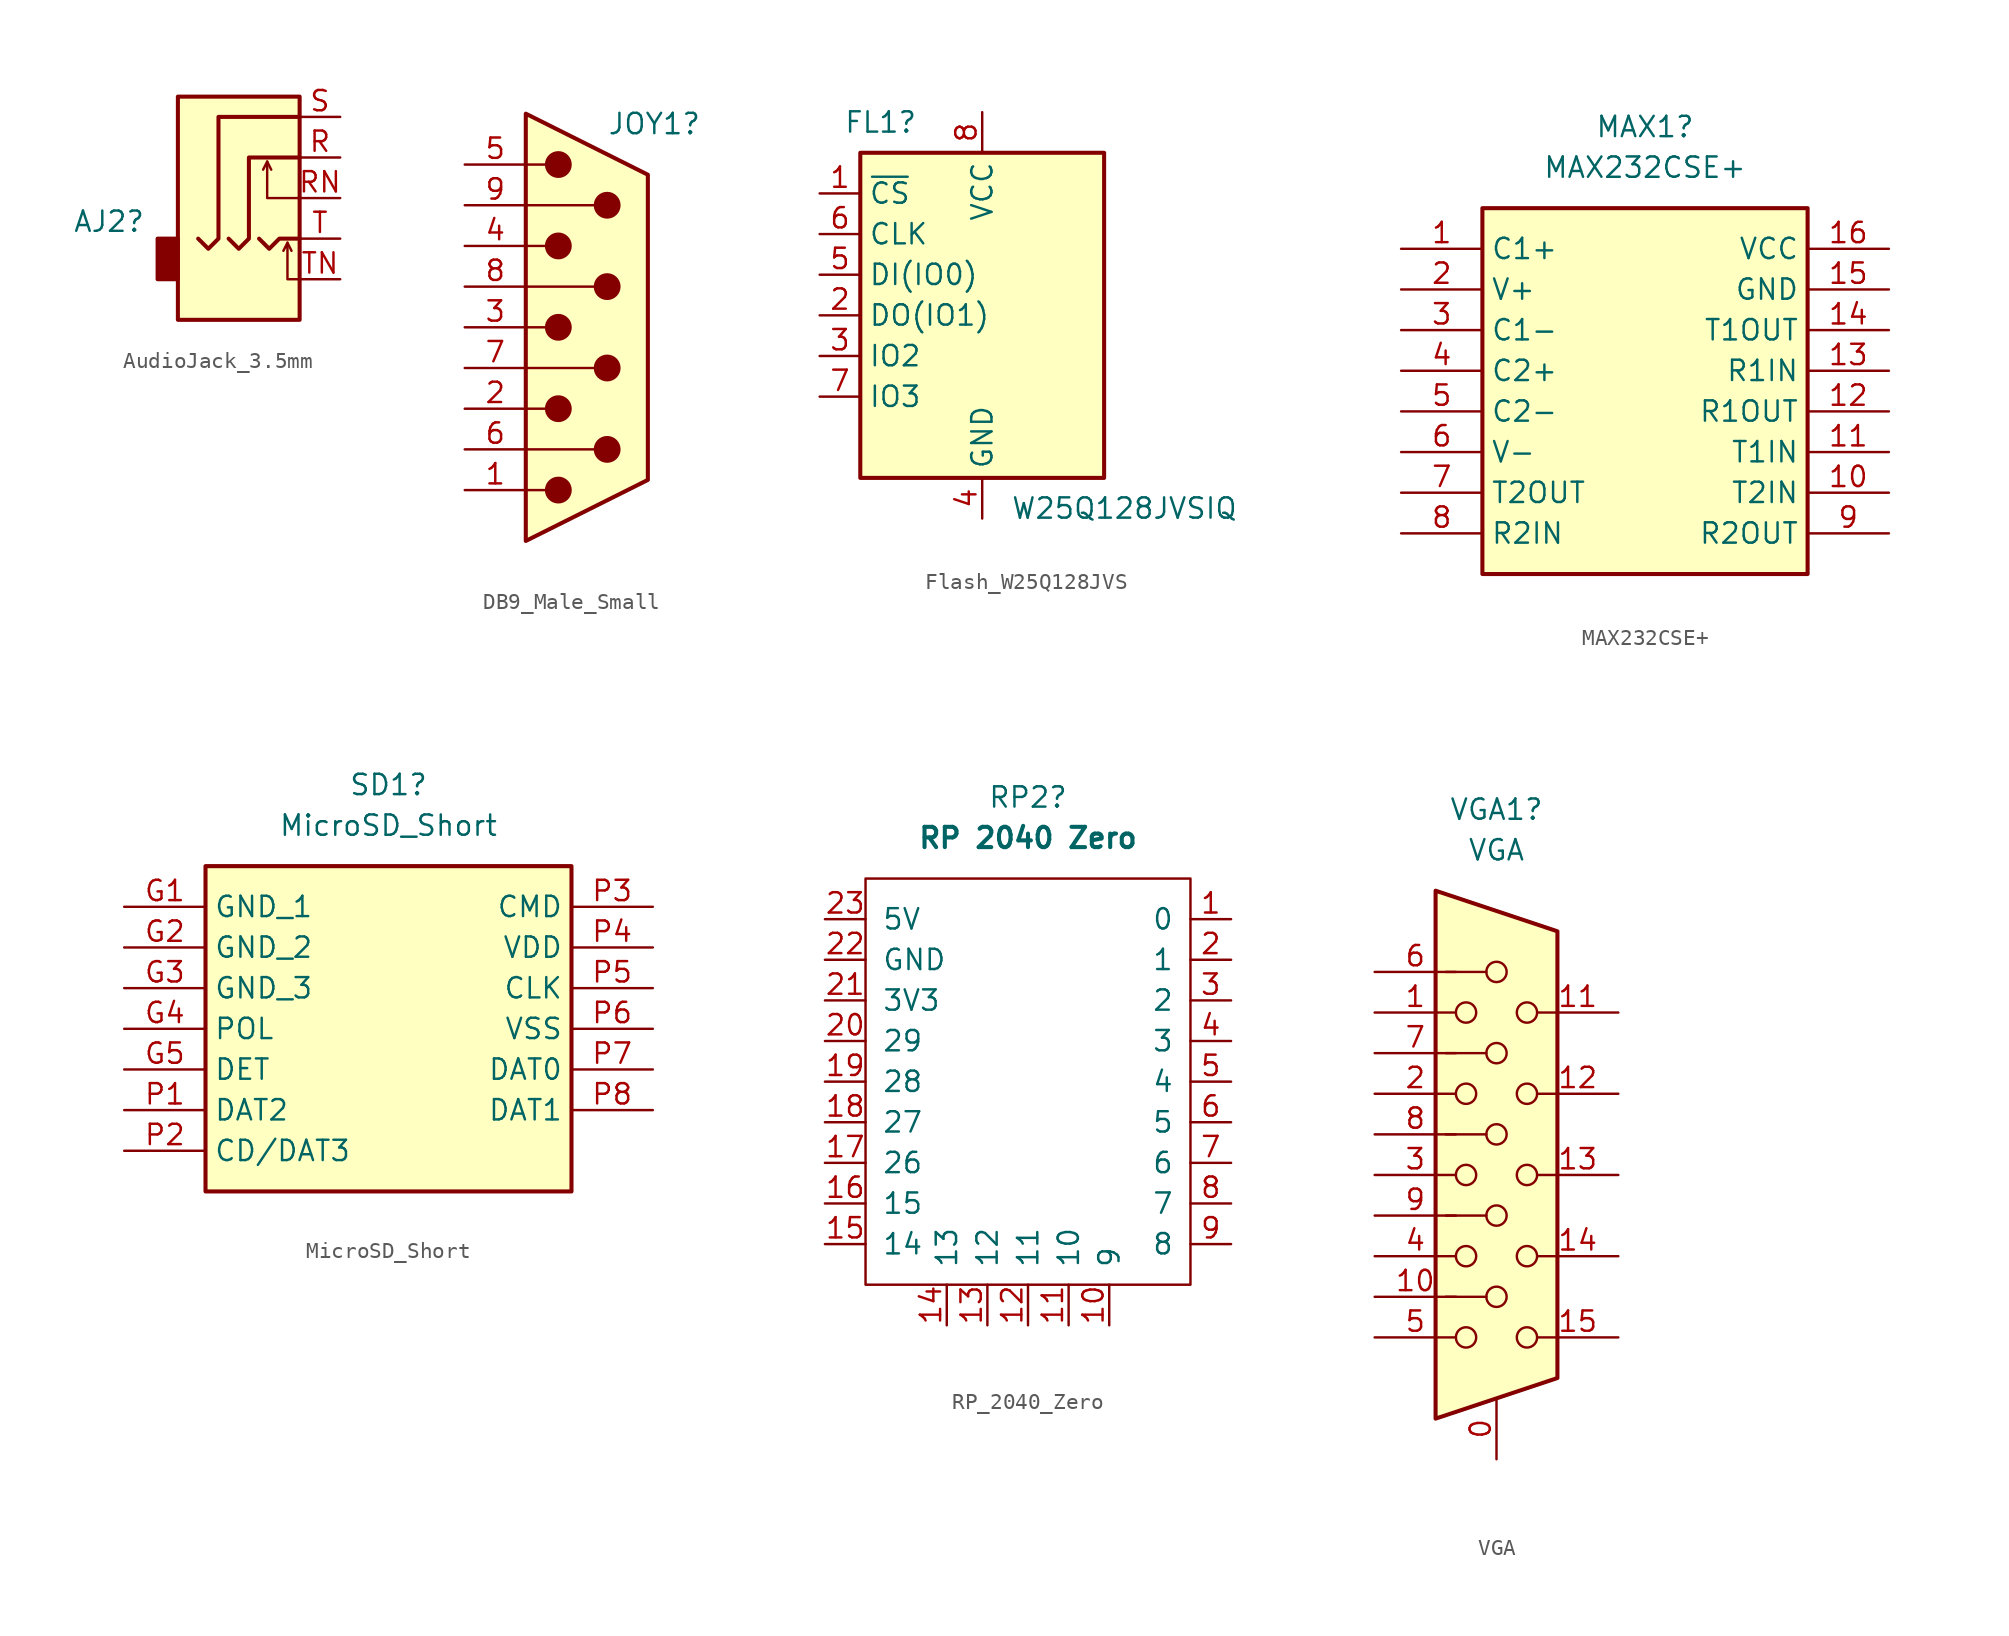
<source format=kicad_sym>
(kicad_symbol_lib
  (version 20231120)
  (generator "kicad_symbol_editor")
  (generator_version "8.0")
  (symbol "AudioJack_3.5mm"
    (property "Reference" "AJ2"
      (at -7.112 -4.01 0)
      (effects (font (size 1.27 1.27)) (justify right)))
    (symbol "AudioJack_3.5mm_0_1"
      (rectangle (start -5.08 -5.08) (end -6.35 -7.62) (stroke (width 0.254) (type default)) (fill (type outline)))
      (polyline (pts (xy 0.508 -0.254) (xy 0.762 -0.762)) (stroke (width 0) (type default)) (fill (type none)))
      (polyline (pts (xy 1.778 -5.334) (xy 2.032 -5.842)) (stroke (width 0) (type default)) (fill (type none)))
      (polyline (pts (xy 0 -5.08) (xy 0.635 -5.715) (xy 1.27 -5.08) (xy 2.54 -5.08)) (stroke (width 0.254) (type default)) (fill (type none)))
      (polyline (pts (xy 2.54 -7.62) (xy 1.778 -7.62) (xy 1.778 -5.334) (xy 1.524 -5.842)) (stroke (width 0) (type default)) (fill (type none)))
      (polyline (pts (xy 2.54 -2.54) (xy 0.508 -2.54) (xy 0.508 -0.254) (xy 0.254 -0.762)) (stroke (width 0) (type default)) (fill (type none)))
      (polyline (pts (xy -1.905 -5.08) (xy -1.27 -5.715) (xy -0.635 -5.08) (xy -0.635 0) (xy 2.54 0)) (stroke (width 0.254) (type default)) (fill (type none)))
      (polyline (pts (xy 2.54 2.54) (xy -2.54 2.54) (xy -2.54 -5.08) (xy -3.175 -5.715) (xy -3.81 -5.08)) (stroke (width 0.254) (type default)) (fill (type none)))
      (rectangle (start 2.54 3.81) (end -5.08 -10.16) (stroke (width 0.254) (type default)) (fill (type background))))
    (symbol "AudioJack_3.5mm_1_1"
      (pin passive line (at 5.08 0 180) (length 2.54) (name "~" (effects (font (size 1.27 1.27)))) (number "R" (effects (font (size 1.27 1.27)))))
      (pin passive line (at 5.08 -2.54 180) (length 2.54) (name "~" (effects (font (size 1.27 1.27)))) (number "RN" (effects (font (size 1.27 1.27)))))
      (pin passive line (at 5.08 2.54 180) (length 2.54) (name "~" (effects (font (size 1.27 1.27)))) (number "S" (effects (font (size 1.27 1.27)))))
      (pin passive line (at 5.08 -5.08 180) (length 2.54) (name "~" (effects (font (size 1.27 1.27)))) (number "T" (effects (font (size 1.27 1.27)))))
      (pin passive line (at 5.08 -7.62 180) (length 2.54) (name "~" (effects (font (size 1.27 1.27)))) (number "TN" (effects (font (size 1.27 1.27)))))))
  (symbol "DB9_Male_Small"
    (pin_names
      (offset 1.016) hide)
    (property "Reference" "JOY1"
      (at 1.27 12.7 0)
      (effects (font (size 1.27 1.27)) (justify left)))
    (symbol "DB9_Male_Small_0_1"
      (circle (center -1.778 -10.16) (radius 0.762) (stroke (width 0) (type default)) (fill (type outline)))
      (circle (center -1.778 -5.08) (radius 0.762) (stroke (width 0) (type default)) (fill (type outline)))
      (circle (center -1.778 0) (radius 0.762) (stroke (width 0) (type default)) (fill (type outline)))
      (circle (center -1.778 5.08) (radius 0.762) (stroke (width 0) (type default)) (fill (type outline)))
      (circle (center -1.778 10.16) (radius 0.762) (stroke (width 0) (type default)) (fill (type outline)))
      (polyline (pts (xy -3.81 -10.16) (xy -2.54 -10.16)) (stroke (width 0) (type default)) (fill (type none)))
      (polyline (pts (xy -3.81 -7.62) (xy 0.508 -7.62)) (stroke (width 0) (type default)) (fill (type none)))
      (polyline (pts (xy -3.81 -5.08) (xy -2.54 -5.08)) (stroke (width 0) (type default)) (fill (type none)))
      (polyline (pts (xy -3.81 -2.54) (xy 0.508 -2.54)) (stroke (width 0) (type default)) (fill (type none)))
      (polyline (pts (xy -3.81 0) (xy -2.54 0)) (stroke (width 0) (type default)) (fill (type none)))
      (polyline (pts (xy -3.81 2.54) (xy 0.508 2.54)) (stroke (width 0) (type default)) (fill (type none)))
      (polyline (pts (xy -3.81 5.08) (xy -2.54 5.08)) (stroke (width 0) (type default)) (fill (type none)))
      (polyline (pts (xy -3.81 7.62) (xy 0.508 7.62)) (stroke (width 0) (type default)) (fill (type none)))
      (polyline (pts (xy -3.81 10.16) (xy -2.54 10.16)) (stroke (width 0) (type default)) (fill (type none)))
      (polyline (pts (xy -3.81 -13.335) (xy -3.81 13.335) (xy 3.81 9.525) (xy 3.81 -9.525) (xy -3.81 -13.335)) (stroke (width 0.254) (type default)) (fill (type background)))
      (circle (center 1.27 -7.62) (radius 0.762) (stroke (width 0) (type default)) (fill (type outline)))
      (circle (center 1.27 -2.54) (radius 0.762) (stroke (width 0) (type default)) (fill (type outline)))
      (circle (center 1.27 2.54) (radius 0.762) (stroke (width 0) (type default)) (fill (type outline)))
      (circle (center 1.27 7.62) (radius 0.762) (stroke (width 0) (type default)) (fill (type outline))))
    (symbol "DB9_Male_Small_1_1"
      (pin passive line (at -7.62 -10.16 0) (length 3.81) (name "1" (effects (font (size 1.27 1.27)))) (number "1" (effects (font (size 1.27 1.27)))))
      (pin passive line (at -7.62 -5.08 0) (length 3.81) (name "2" (effects (font (size 1.27 1.27)))) (number "2" (effects (font (size 1.27 1.27)))))
      (pin passive line (at -7.62 0 0) (length 3.81) (name "3" (effects (font (size 1.27 1.27)))) (number "3" (effects (font (size 1.27 1.27)))))
      (pin passive line (at -7.62 5.08 0) (length 3.81) (name "4" (effects (font (size 1.27 1.27)))) (number "4" (effects (font (size 1.27 1.27)))))
      (pin passive line (at -7.62 10.16 0) (length 3.81) (name "5" (effects (font (size 1.27 1.27)))) (number "5" (effects (font (size 1.27 1.27)))))
      (pin passive line (at -7.62 -7.62 0) (length 3.81) (name "6" (effects (font (size 1.27 1.27)))) (number "6" (effects (font (size 1.27 1.27)))))
      (pin passive line (at -7.62 -2.54 0) (length 3.81) (name "7" (effects (font (size 1.27 1.27)))) (number "7" (effects (font (size 1.27 1.27)))))
      (pin passive line (at -7.62 2.54 0) (length 3.81) (name "8" (effects (font (size 1.27 1.27)))) (number "8" (effects (font (size 1.27 1.27)))))
      (pin passive line (at -7.62 7.62 0) (length 3.81) (name "9" (effects (font (size 1.27 1.27)))) (number "9" (effects (font (size 1.27 1.27)))))))
  (symbol "Flash_W25Q128JVS"
    (property "Reference" "FL1"
      (at -6.35 12.065 0)
      (effects (font (size 1.27 1.27))))
    (property "Value" "W25Q128JVSIQ"
      (at 8.89 -12.065 0)
      (effects (font (size 1.27 1.27))))
    (symbol "Flash_W25Q128JVS_0_1"
      (rectangle (start -7.62 10.16) (end 7.62 -10.16) (stroke (width 0.254) (type default)) (fill (type background))))
    (symbol "Flash_W25Q128JVS_1_1"
      (pin input line (at -10.16 7.62 0) (length 2.54) (name "~{CS}" (effects (font (size 1.27 1.27)))) (number "1" (effects (font (size 1.27 1.27)))))
      (pin bidirectional line (at -10.16 0 0) (length 2.54) (name "DO(IO1)" (effects (font (size 1.27 1.27)))) (number "2" (effects (font (size 1.27 1.27)))))
      (pin bidirectional line (at -10.16 -2.54 0) (length 2.54) (name "IO2" (effects (font (size 1.27 1.27)))) (number "3" (effects (font (size 1.27 1.27)))))
      (pin power_in line (at 0 -12.7 90) (length 2.54) (name "GND" (effects (font (size 1.27 1.27)))) (number "4" (effects (font (size 1.27 1.27)))))
      (pin bidirectional line (at -10.16 2.54 0) (length 2.54) (name "DI(IO0)" (effects (font (size 1.27 1.27)))) (number "5" (effects (font (size 1.27 1.27)))))
      (pin input line (at -10.16 5.08 0) (length 2.54) (name "CLK" (effects (font (size 1.27 1.27)))) (number "6" (effects (font (size 1.27 1.27)))))
      (pin bidirectional line (at -10.16 -5.08 0) (length 2.54) (name "IO3" (effects (font (size 1.27 1.27)))) (number "7" (effects (font (size 1.27 1.27)))))
      (pin power_in line (at 0 12.7 270) (length 2.54) (name "VCC" (effects (font (size 1.27 1.27)))) (number "8" (effects (font (size 1.27 1.27)))))))
  (symbol "MAX232CSE+"
    (property "Reference" "MAX1"
      (at 15.24 7.62 0)
      (effects (font (size 1.27 1.27))))
    (property "Value" "MAX232CSE+"
      (at 15.24 5.08 0)
      (effects (font (size 1.27 1.27))))
    (symbol "MAX232CSE+_1_1"
      (rectangle (start 5.08 2.54) (end 25.4 -20.32) (stroke (width 0.254) (type default)) (fill (type background)))
      (pin passive line (at 0 0 0) (length 5.08) (name "C1+" (effects (font (size 1.27 1.27)))) (number "1" (effects (font (size 1.27 1.27)))))
      (pin passive line (at 30.48 -15.24 180) (length 5.08) (name "T2IN" (effects (font (size 1.27 1.27)))) (number "10" (effects (font (size 1.27 1.27)))))
      (pin passive line (at 30.48 -12.7 180) (length 5.08) (name "T1IN" (effects (font (size 1.27 1.27)))) (number "11" (effects (font (size 1.27 1.27)))))
      (pin passive line (at 30.48 -10.16 180) (length 5.08) (name "R1OUT" (effects (font (size 1.27 1.27)))) (number "12" (effects (font (size 1.27 1.27)))))
      (pin passive line (at 30.48 -7.62 180) (length 5.08) (name "R1IN" (effects (font (size 1.27 1.27)))) (number "13" (effects (font (size 1.27 1.27)))))
      (pin passive line (at 30.48 -5.08 180) (length 5.08) (name "T1OUT" (effects (font (size 1.27 1.27)))) (number "14" (effects (font (size 1.27 1.27)))))
      (pin passive line (at 30.48 -2.54 180) (length 5.08) (name "GND" (effects (font (size 1.27 1.27)))) (number "15" (effects (font (size 1.27 1.27)))))
      (pin passive line (at 30.48 0 180) (length 5.08) (name "VCC" (effects (font (size 1.27 1.27)))) (number "16" (effects (font (size 1.27 1.27)))))
      (pin passive line (at 0 -2.54 0) (length 5.08) (name "V+" (effects (font (size 1.27 1.27)))) (number "2" (effects (font (size 1.27 1.27)))))
      (pin passive line (at 0 -5.08 0) (length 5.08) (name "C1-" (effects (font (size 1.27 1.27)))) (number "3" (effects (font (size 1.27 1.27)))))
      (pin passive line (at 0 -7.62 0) (length 5.08) (name "C2+" (effects (font (size 1.27 1.27)))) (number "4" (effects (font (size 1.27 1.27)))))
      (pin passive line (at 0 -10.16 0) (length 5.08) (name "C2-" (effects (font (size 1.27 1.27)))) (number "5" (effects (font (size 1.27 1.27)))))
      (pin passive line (at 0 -12.7 0) (length 5.08) (name "V-" (effects (font (size 1.27 1.27)))) (number "6" (effects (font (size 1.27 1.27)))))
      (pin passive line (at 0 -15.24 0) (length 5.08) (name "T2OUT" (effects (font (size 1.27 1.27)))) (number "7" (effects (font (size 1.27 1.27)))))
      (pin passive line (at 0 -17.78 0) (length 5.08) (name "R2IN" (effects (font (size 1.27 1.27)))) (number "8" (effects (font (size 1.27 1.27)))))
      (pin passive line (at 30.48 -17.78 180) (length 5.08) (name "R2OUT" (effects (font (size 1.27 1.27)))) (number "9" (effects (font (size 1.27 1.27)))))))
  (symbol "MicroSD_Short"
    (property "Reference" "SD1"
      (at 16.51 7.62 0)
      (effects (font (size 1.27 1.27))))
    (property "Value" "MicroSD_Short"
      (at 16.51 5.08 0)
      (effects (font (size 1.27 1.27))))
    (symbol "MicroSD_Short_1_1"
      (rectangle (start 5.08 2.54) (end 27.94 -17.78) (stroke (width 0.254) (type default)) (fill (type background)))
      (pin passive line (at 0 0 0) (length 5.08) (name "GND_1" (effects (font (size 1.27 1.27)))) (number "G1" (effects (font (size 1.27 1.27)))))
      (pin passive line (at 0 -2.54 0) (length 5.08) (name "GND_2" (effects (font (size 1.27 1.27)))) (number "G2" (effects (font (size 1.27 1.27)))))
      (pin passive line (at 0 -5.08 0) (length 5.08) (name "GND_3" (effects (font (size 1.27 1.27)))) (number "G3" (effects (font (size 1.27 1.27)))))
      (pin passive line (at 0 -7.62 0) (length 5.08) (name "POL" (effects (font (size 1.27 1.27)))) (number "G4" (effects (font (size 1.27 1.27)))))
      (pin passive line (at 0 -10.16 0) (length 5.08) (name "DET" (effects (font (size 1.27 1.27)))) (number "G5" (effects (font (size 1.27 1.27)))))
      (pin passive line (at 0 -12.7 0) (length 5.08) (name "DAT2" (effects (font (size 1.27 1.27)))) (number "P1" (effects (font (size 1.27 1.27)))))
      (pin passive line (at 0 -15.24 0) (length 5.08) (name "CD/DAT3" (effects (font (size 1.27 1.27)))) (number "P2" (effects (font (size 1.27 1.27)))))
      (pin passive line (at 33.02 0 180) (length 5.08) (name "CMD" (effects (font (size 1.27 1.27)))) (number "P3" (effects (font (size 1.27 1.27)))))
      (pin passive line (at 33.02 -2.54 180) (length 5.08) (name "VDD" (effects (font (size 1.27 1.27)))) (number "P4" (effects (font (size 1.27 1.27)))))
      (pin passive line (at 33.02 -5.08 180) (length 5.08) (name "CLK" (effects (font (size 1.27 1.27)))) (number "P5" (effects (font (size 1.27 1.27)))))
      (pin passive line (at 33.02 -7.62 180) (length 5.08) (name "VSS" (effects (font (size 1.27 1.27)))) (number "P6" (effects (font (size 1.27 1.27)))))
      (pin passive line (at 33.02 -10.16 180) (length 5.08) (name "DAT0" (effects (font (size 1.27 1.27)))) (number "P7" (effects (font (size 1.27 1.27)))))
      (pin passive line (at 33.02 -12.7 180) (length 5.08) (name "DAT1" (effects (font (size 1.27 1.27)))) (number "P8" (effects (font (size 1.27 1.27)))))))
  (symbol "RP_2040_Zero"
    (pin_names
      (offset 1.016))
    (property "Reference" "RP2"
      (at 0 16.51 0)
      (effects (font (size 1.27 1.27))))
    (property "Value" "RP 2040 Zero"
      (at 0 13.97 0)
      (effects (font (size 1.27 1.27) (bold yes))))
    (symbol "RP_2040_Zero_0_1"
      (rectangle (start -10.16 11.43) (end 10.16 -13.97) (stroke (width 0) (type default)) (fill (type none))))
    (symbol "RP_2040_Zero_1_1"
      (pin bidirectional line (at 12.7 8.89 180) (length 2.54) (name "0" (effects (font (size 1.27 1.27)))) (number "1" (effects (font (size 1.27 1.27)))))
      (pin bidirectional line (at 5.08 -16.51 90) (length 2.54) (name "9" (effects (font (size 1.27 1.27)))) (number "10" (effects (font (size 1.27 1.27)))))
      (pin bidirectional line (at 2.54 -16.51 90) (length 2.54) (name "10" (effects (font (size 1.27 1.27)))) (number "11" (effects (font (size 1.27 1.27)))))
      (pin bidirectional line (at 0 -16.51 90) (length 2.54) (name "11" (effects (font (size 1.27 1.27)))) (number "12" (effects (font (size 1.27 1.27)))))
      (pin bidirectional line (at -2.54 -16.51 90) (length 2.54) (name "12" (effects (font (size 1.27 1.27)))) (number "13" (effects (font (size 1.27 1.27)))))
      (pin bidirectional line (at -5.08 -16.51 90) (length 2.54) (name "13" (effects (font (size 1.27 1.27)))) (number "14" (effects (font (size 1.27 1.27)))))
      (pin bidirectional line (at -12.7 -11.43 0) (length 2.54) (name "14" (effects (font (size 1.27 1.27)))) (number "15" (effects (font (size 1.27 1.27)))))
      (pin bidirectional line (at -12.7 -8.89 0) (length 2.54) (name "15" (effects (font (size 1.27 1.27)))) (number "16" (effects (font (size 1.27 1.27)))))
      (pin bidirectional line (at -12.7 -6.35 0) (length 2.54) (name "26" (effects (font (size 1.27 1.27)))) (number "17" (effects (font (size 1.27 1.27)))))
      (pin bidirectional line (at -12.7 -3.81 0) (length 2.54) (name "27" (effects (font (size 1.27 1.27)))) (number "18" (effects (font (size 1.27 1.27)))))
      (pin bidirectional line (at -12.7 -1.27 0) (length 2.54) (name "28" (effects (font (size 1.27 1.27)))) (number "19" (effects (font (size 1.27 1.27)))))
      (pin bidirectional line (at 12.7 6.35 180) (length 2.54) (name "1" (effects (font (size 1.27 1.27)))) (number "2" (effects (font (size 1.27 1.27)))))
      (pin bidirectional line (at -12.7 1.27 0) (length 2.54) (name "29" (effects (font (size 1.27 1.27)))) (number "20" (effects (font (size 1.27 1.27)))))
      (pin power_out line (at -12.7 3.81 0) (length 2.54) (name "3V3" (effects (font (size 1.27 1.27)))) (number "21" (effects (font (size 1.27 1.27)))))
      (pin power_out line (at -12.7 6.35 0) (length 2.54) (name "GND" (effects (font (size 1.27 1.27)))) (number "22" (effects (font (size 1.27 1.27)))))
      (pin power_out line (at -12.7 8.89 0) (length 2.54) (name "5V" (effects (font (size 1.27 1.27)))) (number "23" (effects (font (size 1.27 1.27)))))
      (pin bidirectional line (at 12.7 3.81 180) (length 2.54) (name "2" (effects (font (size 1.27 1.27)))) (number "3" (effects (font (size 1.27 1.27)))))
      (pin bidirectional line (at 12.7 1.27 180) (length 2.54) (name "3" (effects (font (size 1.27 1.27)))) (number "4" (effects (font (size 1.27 1.27)))))
      (pin bidirectional line (at 12.7 -1.27 180) (length 2.54) (name "4" (effects (font (size 1.27 1.27)))) (number "5" (effects (font (size 1.27 1.27)))))
      (pin bidirectional line (at 12.7 -3.81 180) (length 2.54) (name "5" (effects (font (size 1.27 1.27)))) (number "6" (effects (font (size 1.27 1.27)))))
      (pin bidirectional line (at 12.7 -6.35 180) (length 2.54) (name "6" (effects (font (size 1.27 1.27)))) (number "7" (effects (font (size 1.27 1.27)))))
      (pin bidirectional line (at 12.7 -8.89 180) (length 2.54) (name "7" (effects (font (size 1.27 1.27)))) (number "8" (effects (font (size 1.27 1.27)))))
      (pin bidirectional line (at 12.7 -11.43 180) (length 2.54) (name "8" (effects (font (size 1.27 1.27)))) (number "9" (effects (font (size 1.27 1.27)))))))
  (symbol "VGA"
    (pin_names
      (offset 1.016) hide)
    (property "Reference" "VGA1"
      (at 0 22.86 0)
      (effects (font (size 1.27 1.27))))
    (property "Value" "VGA"
      (at 0 20.32 0)
      (effects (font (size 1.27 1.27))))
    (symbol "VGA_0_1"
      (circle (center -1.905 -10.16) (radius 0.635) (stroke (width 0) (type default)) (fill (type none)))
      (circle (center -1.905 -5.08) (radius 0.635) (stroke (width 0) (type default)) (fill (type none)))
      (circle (center -1.905 0) (radius 0.635) (stroke (width 0) (type default)) (fill (type none)))
      (circle (center -1.905 5.08) (radius 0.635) (stroke (width 0) (type default)) (fill (type none)))
      (circle (center -1.905 10.16) (radius 0.635) (stroke (width 0) (type default)) (fill (type none)))
      (circle (center 0 -7.62) (radius 0.635) (stroke (width 0) (type default)) (fill (type none)))
      (circle (center 0 -2.54) (radius 0.635) (stroke (width 0) (type default)) (fill (type none)))
      (polyline (pts (xy -3.175 7.62) (xy -0.635 7.62)) (stroke (width 0) (type default)) (fill (type none)))
      (polyline (pts (xy -0.635 -7.62) (xy -3.175 -7.62)) (stroke (width 0) (type default)) (fill (type none)))
      (polyline (pts (xy -0.635 -2.54) (xy -3.175 -2.54)) (stroke (width 0) (type default)) (fill (type none)))
      (polyline (pts (xy -0.635 2.54) (xy -3.175 2.54)) (stroke (width 0) (type default)) (fill (type none)))
      (polyline (pts (xy -0.635 12.7) (xy -3.175 12.7)) (stroke (width 0) (type default)) (fill (type none)))
      (polyline (pts (xy -3.81 17.78) (xy -3.81 -15.24) (xy 3.81 -12.7) (xy 3.81 15.24) (xy -3.81 17.78)) (stroke (width 0.254) (type default)) (fill (type background)))
      (circle (center 0 2.54) (radius 0.635) (stroke (width 0) (type default)) (fill (type none)))
      (circle (center 0 7.62) (radius 0.635) (stroke (width 0) (type default)) (fill (type none)))
      (circle (center 0 12.7) (radius 0.635) (stroke (width 0) (type default)) (fill (type none)))
      (circle (center 1.905 -10.16) (radius 0.635) (stroke (width 0) (type default)) (fill (type none)))
      (circle (center 1.905 -5.08) (radius 0.635) (stroke (width 0) (type default)) (fill (type none)))
      (circle (center 1.905 0) (radius 0.635) (stroke (width 0) (type default)) (fill (type none)))
      (circle (center 1.905 5.08) (radius 0.635) (stroke (width 0) (type default)) (fill (type none)))
      (circle (center 1.905 10.16) (radius 0.635) (stroke (width 0) (type default)) (fill (type none))))
    (symbol "VGA_1_1"
      (pin passive line (at 0 -17.78 90) (length 3.81) (name "~" (effects (font (size 1.27 1.27)))) (number "0" (effects (font (size 1.27 1.27)))))
      (pin passive line (at -7.62 10.16 0) (length 5.08) (name "~" (effects (font (size 1.27 1.27)))) (number "1" (effects (font (size 1.27 1.27)))))
      (pin passive line (at -7.62 -7.62 0) (length 5.08) (name "~" (effects (font (size 1.27 1.27)))) (number "10" (effects (font (size 1.27 1.27)))))
      (pin passive line (at 7.62 10.16 180) (length 5.08) (name "~" (effects (font (size 1.27 1.27)))) (number "11" (effects (font (size 1.27 1.27)))))
      (pin passive line (at 7.62 5.08 180) (length 5.08) (name "~" (effects (font (size 1.27 1.27)))) (number "12" (effects (font (size 1.27 1.27)))))
      (pin passive line (at 7.62 0 180) (length 5.08) (name "~" (effects (font (size 1.27 1.27)))) (number "13" (effects (font (size 1.27 1.27)))))
      (pin passive line (at 7.62 -5.08 180) (length 5.08) (name "~" (effects (font (size 1.27 1.27)))) (number "14" (effects (font (size 1.27 1.27)))))
      (pin passive line (at 7.62 -10.16 180) (length 5.08) (name "~" (effects (font (size 1.27 1.27)))) (number "15" (effects (font (size 1.27 1.27)))))
      (pin passive line (at -7.62 5.08 0) (length 5.08) (name "~" (effects (font (size 1.27 1.27)))) (number "2" (effects (font (size 1.27 1.27)))))
      (pin passive line (at -7.62 0 0) (length 5.08) (name "~" (effects (font (size 1.27 1.27)))) (number "3" (effects (font (size 1.27 1.27)))))
      (pin passive line (at -7.62 -5.08 0) (length 5.08) (name "~" (effects (font (size 1.27 1.27)))) (number "4" (effects (font (size 1.27 1.27)))))
      (pin passive line (at -7.62 -10.16 0) (length 5.08) (name "~" (effects (font (size 1.27 1.27)))) (number "5" (effects (font (size 1.27 1.27)))))
      (pin passive line (at -7.62 12.7 0) (length 5.08) (name "~" (effects (font (size 1.27 1.27)))) (number "6" (effects (font (size 1.27 1.27)))))
      (pin passive line (at -7.62 7.62 0) (length 5.08) (name "~" (effects (font (size 1.27 1.27)))) (number "7" (effects (font (size 1.27 1.27)))))
      (pin passive line (at -7.62 2.54 0) (length 5.08) (name "~" (effects (font (size 1.27 1.27)))) (number "8" (effects (font (size 1.27 1.27)))))
      (pin passive line (at -7.62 -2.54 0) (length 5.08) (name "~" (effects (font (size 1.27 1.27)))) (number "9" (effects (font (size 1.27 1.27))))))))
</source>
